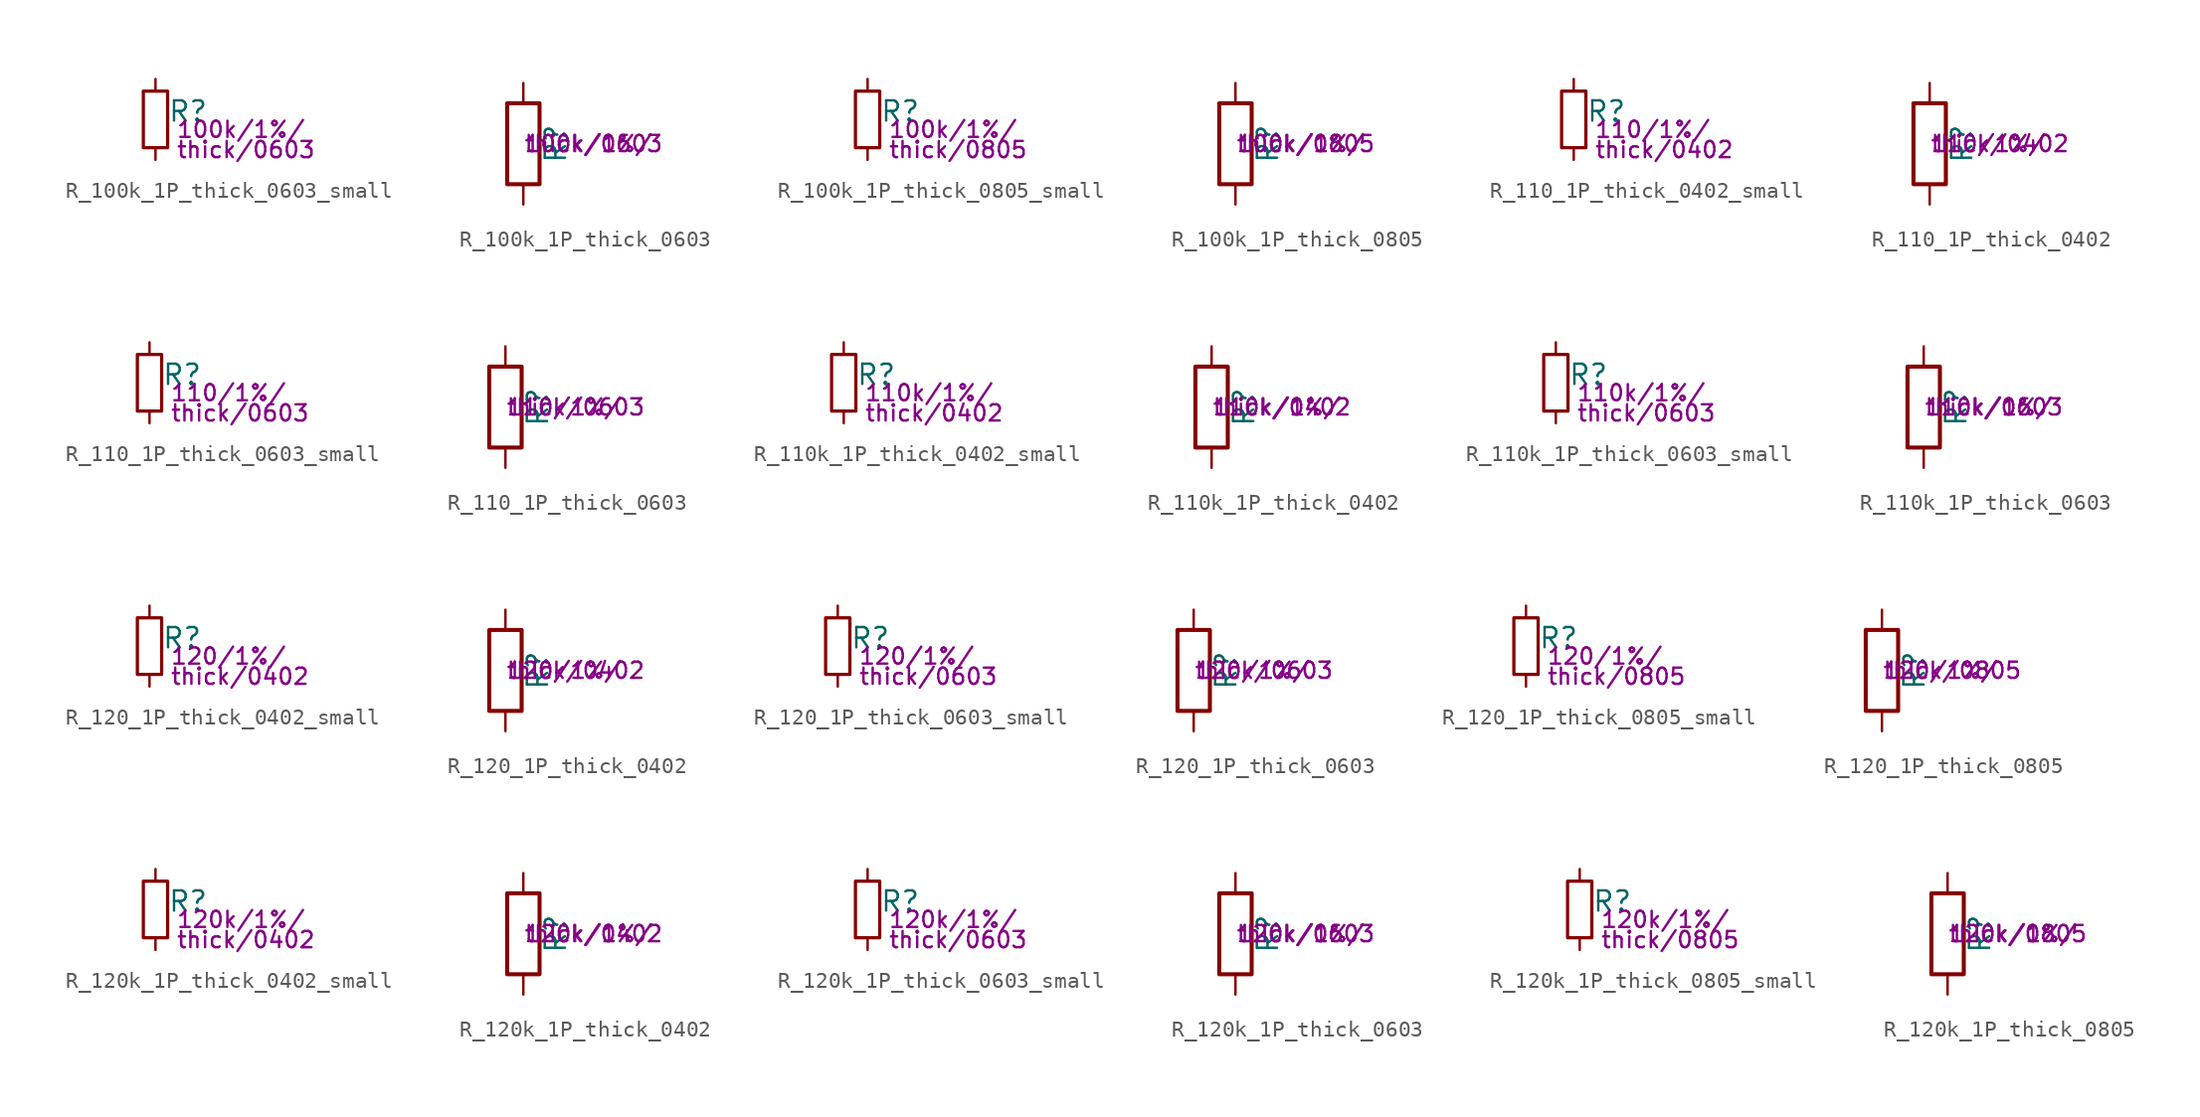
<source format=kicad_sym>
(kicad_symbol_lib
  (version 20211014)
  (generator kicad_symbol_editor)
  (symbol "R_100k_1P_thick_0603_small"
    (pin_numbers hide)
    (pin_names
      (offset 0.254) hide)
    (property "Reference" "R"
      (at 0.762 0.508 0)
      (effects (font (size 1.27 1.27)) (justify left)))
    (property "Params" "100k/1%/"
      (at 1.27 -0.635 0)
      (effects (font (size 1.016 1.016)) (justify left)))
    (property "Params2" "thick/0603"
      (at 1.27 -1.905 0)
      (effects (font (size 1.016 1.016)) (justify left)))
    (symbol "R_100k_1P_thick_0603_small_0_1"
      (rectangle (start -0.762 1.778) (end 0.762 -1.778) (stroke (width 0.203) (type default) (color 0 0 0 0)) (fill (type none))))
    (symbol "R_100k_1P_thick_0603_small_1_1"
      (pin passive line (at 0 2.54 270) (length 0.762) (name "~" (effects (font (size 1.27 1.27)))) (number "1" (effects (font (size 1.27 1.27)))))
      (pin passive line (at 0 -2.54 90) (length 0.762) (name "~" (effects (font (size 1.27 1.27)))) (number "2" (effects (font (size 1.27 1.27)))))))
  (symbol "R_100k_1P_thick_0603"
    (pin_numbers hide)
    (pin_names
      (offset 0))
    (property "Reference" "R"
      (at 2.032 0 90)
      (effects (font (size 1.27 1.27))))
    (property "Params" "100k/1%/"
      (at 0 0 0)
      (effects (font (size 1.016 1.016)) (justify left)))
    (property "Params2" "thick/0603"
      (at 0 0 0)
      (effects (font (size 1.016 1.016)) (justify left)))
    (symbol "R_100k_1P_thick_0603_0_1"
      (rectangle (start -1.016 -2.54) (end 1.016 2.54) (stroke (width 0.254) (type default) (color 0 0 0 0)) (fill (type none))))
    (symbol "R_100k_1P_thick_0603_1_1"
      (pin passive line (at 0 3.81 270) (length 1.27) (name "~" (effects (font (size 1.27 1.27)))) (number "1" (effects (font (size 1.27 1.27)))))
      (pin passive line (at 0 -3.81 90) (length 1.27) (name "~" (effects (font (size 1.27 1.27)))) (number "2" (effects (font (size 1.27 1.27)))))))
  (symbol "R_100k_1P_thick_0805_small"
    (pin_numbers hide)
    (pin_names
      (offset 0.254) hide)
    (property "Reference" "R"
      (at 0.762 0.508 0)
      (effects (font (size 1.27 1.27)) (justify left)))
    (property "Params" "100k/1%/"
      (at 1.27 -0.635 0)
      (effects (font (size 1.016 1.016)) (justify left)))
    (property "Params2" "thick/0805"
      (at 1.27 -1.905 0)
      (effects (font (size 1.016 1.016)) (justify left)))
    (symbol "R_100k_1P_thick_0805_small_0_1"
      (rectangle (start -0.762 1.778) (end 0.762 -1.778) (stroke (width 0.203) (type default) (color 0 0 0 0)) (fill (type none))))
    (symbol "R_100k_1P_thick_0805_small_1_1"
      (pin passive line (at 0 2.54 270) (length 0.762) (name "~" (effects (font (size 1.27 1.27)))) (number "1" (effects (font (size 1.27 1.27)))))
      (pin passive line (at 0 -2.54 90) (length 0.762) (name "~" (effects (font (size 1.27 1.27)))) (number "2" (effects (font (size 1.27 1.27)))))))
  (symbol "R_100k_1P_thick_0805"
    (pin_numbers hide)
    (pin_names
      (offset 0))
    (property "Reference" "R"
      (at 2.032 0 90)
      (effects (font (size 1.27 1.27))))
    (property "Params" "100k/1%/"
      (at 0 0 0)
      (effects (font (size 1.016 1.016)) (justify left)))
    (property "Params2" "thick/0805"
      (at 0 0 0)
      (effects (font (size 1.016 1.016)) (justify left)))
    (symbol "R_100k_1P_thick_0805_0_1"
      (rectangle (start -1.016 -2.54) (end 1.016 2.54) (stroke (width 0.254) (type default) (color 0 0 0 0)) (fill (type none))))
    (symbol "R_100k_1P_thick_0805_1_1"
      (pin passive line (at 0 3.81 270) (length 1.27) (name "~" (effects (font (size 1.27 1.27)))) (number "1" (effects (font (size 1.27 1.27)))))
      (pin passive line (at 0 -3.81 90) (length 1.27) (name "~" (effects (font (size 1.27 1.27)))) (number "2" (effects (font (size 1.27 1.27)))))))
  (symbol "R_110_1P_thick_0402_small"
    (pin_numbers hide)
    (pin_names
      (offset 0.254) hide)
    (property "Reference" "R"
      (at 0.762 0.508 0)
      (effects (font (size 1.27 1.27)) (justify left)))
    (property "Params" "110/1%/"
      (at 1.27 -0.635 0)
      (effects (font (size 1.016 1.016)) (justify left)))
    (property "Params2" "thick/0402"
      (at 1.27 -1.905 0)
      (effects (font (size 1.016 1.016)) (justify left)))
    (symbol "R_110_1P_thick_0402_small_0_1"
      (rectangle (start -0.762 1.778) (end 0.762 -1.778) (stroke (width 0.203) (type default) (color 0 0 0 0)) (fill (type none))))
    (symbol "R_110_1P_thick_0402_small_1_1"
      (pin passive line (at 0 2.54 270) (length 0.762) (name "~" (effects (font (size 1.27 1.27)))) (number "1" (effects (font (size 1.27 1.27)))))
      (pin passive line (at 0 -2.54 90) (length 0.762) (name "~" (effects (font (size 1.27 1.27)))) (number "2" (effects (font (size 1.27 1.27)))))))
  (symbol "R_110_1P_thick_0402"
    (pin_numbers hide)
    (pin_names
      (offset 0))
    (property "Reference" "R"
      (at 2.032 0 90)
      (effects (font (size 1.27 1.27))))
    (property "Params" "110/1%/"
      (at 0 0 0)
      (effects (font (size 1.016 1.016)) (justify left)))
    (property "Params2" "thick/0402"
      (at 0 0 0)
      (effects (font (size 1.016 1.016)) (justify left)))
    (symbol "R_110_1P_thick_0402_0_1"
      (rectangle (start -1.016 -2.54) (end 1.016 2.54) (stroke (width 0.254) (type default) (color 0 0 0 0)) (fill (type none))))
    (symbol "R_110_1P_thick_0402_1_1"
      (pin passive line (at 0 3.81 270) (length 1.27) (name "~" (effects (font (size 1.27 1.27)))) (number "1" (effects (font (size 1.27 1.27)))))
      (pin passive line (at 0 -3.81 90) (length 1.27) (name "~" (effects (font (size 1.27 1.27)))) (number "2" (effects (font (size 1.27 1.27)))))))
  (symbol "R_110_1P_thick_0603_small"
    (pin_numbers hide)
    (pin_names
      (offset 0.254) hide)
    (property "Reference" "R"
      (at 0.762 0.508 0)
      (effects (font (size 1.27 1.27)) (justify left)))
    (property "Params" "110/1%/"
      (at 1.27 -0.635 0)
      (effects (font (size 1.016 1.016)) (justify left)))
    (property "Params2" "thick/0603"
      (at 1.27 -1.905 0)
      (effects (font (size 1.016 1.016)) (justify left)))
    (symbol "R_110_1P_thick_0603_small_0_1"
      (rectangle (start -0.762 1.778) (end 0.762 -1.778) (stroke (width 0.203) (type default) (color 0 0 0 0)) (fill (type none))))
    (symbol "R_110_1P_thick_0603_small_1_1"
      (pin passive line (at 0 2.54 270) (length 0.762) (name "~" (effects (font (size 1.27 1.27)))) (number "1" (effects (font (size 1.27 1.27)))))
      (pin passive line (at 0 -2.54 90) (length 0.762) (name "~" (effects (font (size 1.27 1.27)))) (number "2" (effects (font (size 1.27 1.27)))))))
  (symbol "R_110_1P_thick_0603"
    (pin_numbers hide)
    (pin_names
      (offset 0))
    (property "Reference" "R"
      (at 2.032 0 90)
      (effects (font (size 1.27 1.27))))
    (property "Params" "110/1%/"
      (at 0 0 0)
      (effects (font (size 1.016 1.016)) (justify left)))
    (property "Params2" "thick/0603"
      (at 0 0 0)
      (effects (font (size 1.016 1.016)) (justify left)))
    (symbol "R_110_1P_thick_0603_0_1"
      (rectangle (start -1.016 -2.54) (end 1.016 2.54) (stroke (width 0.254) (type default) (color 0 0 0 0)) (fill (type none))))
    (symbol "R_110_1P_thick_0603_1_1"
      (pin passive line (at 0 3.81 270) (length 1.27) (name "~" (effects (font (size 1.27 1.27)))) (number "1" (effects (font (size 1.27 1.27)))))
      (pin passive line (at 0 -3.81 90) (length 1.27) (name "~" (effects (font (size 1.27 1.27)))) (number "2" (effects (font (size 1.27 1.27)))))))
  (symbol "R_110k_1P_thick_0402_small"
    (pin_numbers hide)
    (pin_names
      (offset 0.254) hide)
    (property "Reference" "R"
      (at 0.762 0.508 0)
      (effects (font (size 1.27 1.27)) (justify left)))
    (property "Params" "110k/1%/"
      (at 1.27 -0.635 0)
      (effects (font (size 1.016 1.016)) (justify left)))
    (property "Params2" "thick/0402"
      (at 1.27 -1.905 0)
      (effects (font (size 1.016 1.016)) (justify left)))
    (symbol "R_110k_1P_thick_0402_small_0_1"
      (rectangle (start -0.762 1.778) (end 0.762 -1.778) (stroke (width 0.203) (type default) (color 0 0 0 0)) (fill (type none))))
    (symbol "R_110k_1P_thick_0402_small_1_1"
      (pin passive line (at 0 2.54 270) (length 0.762) (name "~" (effects (font (size 1.27 1.27)))) (number "1" (effects (font (size 1.27 1.27)))))
      (pin passive line (at 0 -2.54 90) (length 0.762) (name "~" (effects (font (size 1.27 1.27)))) (number "2" (effects (font (size 1.27 1.27)))))))
  (symbol "R_110k_1P_thick_0402"
    (pin_numbers hide)
    (pin_names
      (offset 0))
    (property "Reference" "R"
      (at 2.032 0 90)
      (effects (font (size 1.27 1.27))))
    (property "Params" "110k/1%/"
      (at 0 0 0)
      (effects (font (size 1.016 1.016)) (justify left)))
    (property "Params2" "thick/0402"
      (at 0 0 0)
      (effects (font (size 1.016 1.016)) (justify left)))
    (symbol "R_110k_1P_thick_0402_0_1"
      (rectangle (start -1.016 -2.54) (end 1.016 2.54) (stroke (width 0.254) (type default) (color 0 0 0 0)) (fill (type none))))
    (symbol "R_110k_1P_thick_0402_1_1"
      (pin passive line (at 0 3.81 270) (length 1.27) (name "~" (effects (font (size 1.27 1.27)))) (number "1" (effects (font (size 1.27 1.27)))))
      (pin passive line (at 0 -3.81 90) (length 1.27) (name "~" (effects (font (size 1.27 1.27)))) (number "2" (effects (font (size 1.27 1.27)))))))
  (symbol "R_110k_1P_thick_0603_small"
    (pin_numbers hide)
    (pin_names
      (offset 0.254) hide)
    (property "Reference" "R"
      (at 0.762 0.508 0)
      (effects (font (size 1.27 1.27)) (justify left)))
    (property "Params" "110k/1%/"
      (at 1.27 -0.635 0)
      (effects (font (size 1.016 1.016)) (justify left)))
    (property "Params2" "thick/0603"
      (at 1.27 -1.905 0)
      (effects (font (size 1.016 1.016)) (justify left)))
    (symbol "R_110k_1P_thick_0603_small_0_1"
      (rectangle (start -0.762 1.778) (end 0.762 -1.778) (stroke (width 0.203) (type default) (color 0 0 0 0)) (fill (type none))))
    (symbol "R_110k_1P_thick_0603_small_1_1"
      (pin passive line (at 0 2.54 270) (length 0.762) (name "~" (effects (font (size 1.27 1.27)))) (number "1" (effects (font (size 1.27 1.27)))))
      (pin passive line (at 0 -2.54 90) (length 0.762) (name "~" (effects (font (size 1.27 1.27)))) (number "2" (effects (font (size 1.27 1.27)))))))
  (symbol "R_110k_1P_thick_0603"
    (pin_numbers hide)
    (pin_names
      (offset 0))
    (property "Reference" "R"
      (at 2.032 0 90)
      (effects (font (size 1.27 1.27))))
    (property "Params" "110k/1%/"
      (at 0 0 0)
      (effects (font (size 1.016 1.016)) (justify left)))
    (property "Params2" "thick/0603"
      (at 0 0 0)
      (effects (font (size 1.016 1.016)) (justify left)))
    (symbol "R_110k_1P_thick_0603_0_1"
      (rectangle (start -1.016 -2.54) (end 1.016 2.54) (stroke (width 0.254) (type default) (color 0 0 0 0)) (fill (type none))))
    (symbol "R_110k_1P_thick_0603_1_1"
      (pin passive line (at 0 3.81 270) (length 1.27) (name "~" (effects (font (size 1.27 1.27)))) (number "1" (effects (font (size 1.27 1.27)))))
      (pin passive line (at 0 -3.81 90) (length 1.27) (name "~" (effects (font (size 1.27 1.27)))) (number "2" (effects (font (size 1.27 1.27)))))))
  (symbol "R_120_1P_thick_0402_small"
    (pin_numbers hide)
    (pin_names
      (offset 0.254) hide)
    (property "Reference" "R"
      (at 0.762 0.508 0)
      (effects (font (size 1.27 1.27)) (justify left)))
    (property "Params" "120/1%/"
      (at 1.27 -0.635 0)
      (effects (font (size 1.016 1.016)) (justify left)))
    (property "Params2" "thick/0402"
      (at 1.27 -1.905 0)
      (effects (font (size 1.016 1.016)) (justify left)))
    (symbol "R_120_1P_thick_0402_small_0_1"
      (rectangle (start -0.762 1.778) (end 0.762 -1.778) (stroke (width 0.203) (type default) (color 0 0 0 0)) (fill (type none))))
    (symbol "R_120_1P_thick_0402_small_1_1"
      (pin passive line (at 0 2.54 270) (length 0.762) (name "~" (effects (font (size 1.27 1.27)))) (number "1" (effects (font (size 1.27 1.27)))))
      (pin passive line (at 0 -2.54 90) (length 0.762) (name "~" (effects (font (size 1.27 1.27)))) (number "2" (effects (font (size 1.27 1.27)))))))
  (symbol "R_120_1P_thick_0402"
    (pin_numbers hide)
    (pin_names
      (offset 0))
    (property "Reference" "R"
      (at 2.032 0 90)
      (effects (font (size 1.27 1.27))))
    (property "Params" "120/1%/"
      (at 0 0 0)
      (effects (font (size 1.016 1.016)) (justify left)))
    (property "Params2" "thick/0402"
      (at 0 0 0)
      (effects (font (size 1.016 1.016)) (justify left)))
    (symbol "R_120_1P_thick_0402_0_1"
      (rectangle (start -1.016 -2.54) (end 1.016 2.54) (stroke (width 0.254) (type default) (color 0 0 0 0)) (fill (type none))))
    (symbol "R_120_1P_thick_0402_1_1"
      (pin passive line (at 0 3.81 270) (length 1.27) (name "~" (effects (font (size 1.27 1.27)))) (number "1" (effects (font (size 1.27 1.27)))))
      (pin passive line (at 0 -3.81 90) (length 1.27) (name "~" (effects (font (size 1.27 1.27)))) (number "2" (effects (font (size 1.27 1.27)))))))
  (symbol "R_120_1P_thick_0603_small"
    (pin_numbers hide)
    (pin_names
      (offset 0.254) hide)
    (property "Reference" "R"
      (at 0.762 0.508 0)
      (effects (font (size 1.27 1.27)) (justify left)))
    (property "Params" "120/1%/"
      (at 1.27 -0.635 0)
      (effects (font (size 1.016 1.016)) (justify left)))
    (property "Params2" "thick/0603"
      (at 1.27 -1.905 0)
      (effects (font (size 1.016 1.016)) (justify left)))
    (symbol "R_120_1P_thick_0603_small_0_1"
      (rectangle (start -0.762 1.778) (end 0.762 -1.778) (stroke (width 0.203) (type default) (color 0 0 0 0)) (fill (type none))))
    (symbol "R_120_1P_thick_0603_small_1_1"
      (pin passive line (at 0 2.54 270) (length 0.762) (name "~" (effects (font (size 1.27 1.27)))) (number "1" (effects (font (size 1.27 1.27)))))
      (pin passive line (at 0 -2.54 90) (length 0.762) (name "~" (effects (font (size 1.27 1.27)))) (number "2" (effects (font (size 1.27 1.27)))))))
  (symbol "R_120_1P_thick_0603"
    (pin_numbers hide)
    (pin_names
      (offset 0))
    (property "Reference" "R"
      (at 2.032 0 90)
      (effects (font (size 1.27 1.27))))
    (property "Params" "120/1%/"
      (at 0 0 0)
      (effects (font (size 1.016 1.016)) (justify left)))
    (property "Params2" "thick/0603"
      (at 0 0 0)
      (effects (font (size 1.016 1.016)) (justify left)))
    (symbol "R_120_1P_thick_0603_0_1"
      (rectangle (start -1.016 -2.54) (end 1.016 2.54) (stroke (width 0.254) (type default) (color 0 0 0 0)) (fill (type none))))
    (symbol "R_120_1P_thick_0603_1_1"
      (pin passive line (at 0 3.81 270) (length 1.27) (name "~" (effects (font (size 1.27 1.27)))) (number "1" (effects (font (size 1.27 1.27)))))
      (pin passive line (at 0 -3.81 90) (length 1.27) (name "~" (effects (font (size 1.27 1.27)))) (number "2" (effects (font (size 1.27 1.27)))))))
  (symbol "R_120_1P_thick_0805_small"
    (pin_numbers hide)
    (pin_names
      (offset 0.254) hide)
    (property "Reference" "R"
      (at 0.762 0.508 0)
      (effects (font (size 1.27 1.27)) (justify left)))
    (property "Params" "120/1%/"
      (at 1.27 -0.635 0)
      (effects (font (size 1.016 1.016)) (justify left)))
    (property "Params2" "thick/0805"
      (at 1.27 -1.905 0)
      (effects (font (size 1.016 1.016)) (justify left)))
    (symbol "R_120_1P_thick_0805_small_0_1"
      (rectangle (start -0.762 1.778) (end 0.762 -1.778) (stroke (width 0.203) (type default) (color 0 0 0 0)) (fill (type none))))
    (symbol "R_120_1P_thick_0805_small_1_1"
      (pin passive line (at 0 2.54 270) (length 0.762) (name "~" (effects (font (size 1.27 1.27)))) (number "1" (effects (font (size 1.27 1.27)))))
      (pin passive line (at 0 -2.54 90) (length 0.762) (name "~" (effects (font (size 1.27 1.27)))) (number "2" (effects (font (size 1.27 1.27)))))))
  (symbol "R_120_1P_thick_0805"
    (pin_numbers hide)
    (pin_names
      (offset 0))
    (property "Reference" "R"
      (at 2.032 0 90)
      (effects (font (size 1.27 1.27))))
    (property "Params" "120/1%/"
      (at 0 0 0)
      (effects (font (size 1.016 1.016)) (justify left)))
    (property "Params2" "thick/0805"
      (at 0 0 0)
      (effects (font (size 1.016 1.016)) (justify left)))
    (symbol "R_120_1P_thick_0805_0_1"
      (rectangle (start -1.016 -2.54) (end 1.016 2.54) (stroke (width 0.254) (type default) (color 0 0 0 0)) (fill (type none))))
    (symbol "R_120_1P_thick_0805_1_1"
      (pin passive line (at 0 3.81 270) (length 1.27) (name "~" (effects (font (size 1.27 1.27)))) (number "1" (effects (font (size 1.27 1.27)))))
      (pin passive line (at 0 -3.81 90) (length 1.27) (name "~" (effects (font (size 1.27 1.27)))) (number "2" (effects (font (size 1.27 1.27)))))))
  (symbol "R_120k_1P_thick_0402_small"
    (pin_numbers hide)
    (pin_names
      (offset 0.254) hide)
    (property "Reference" "R"
      (at 0.762 0.508 0)
      (effects (font (size 1.27 1.27)) (justify left)))
    (property "Params" "120k/1%/"
      (at 1.27 -0.635 0)
      (effects (font (size 1.016 1.016)) (justify left)))
    (property "Params2" "thick/0402"
      (at 1.27 -1.905 0)
      (effects (font (size 1.016 1.016)) (justify left)))
    (symbol "R_120k_1P_thick_0402_small_0_1"
      (rectangle (start -0.762 1.778) (end 0.762 -1.778) (stroke (width 0.203) (type default) (color 0 0 0 0)) (fill (type none))))
    (symbol "R_120k_1P_thick_0402_small_1_1"
      (pin passive line (at 0 2.54 270) (length 0.762) (name "~" (effects (font (size 1.27 1.27)))) (number "1" (effects (font (size 1.27 1.27)))))
      (pin passive line (at 0 -2.54 90) (length 0.762) (name "~" (effects (font (size 1.27 1.27)))) (number "2" (effects (font (size 1.27 1.27)))))))
  (symbol "R_120k_1P_thick_0402"
    (pin_numbers hide)
    (pin_names
      (offset 0))
    (property "Reference" "R"
      (at 2.032 0 90)
      (effects (font (size 1.27 1.27))))
    (property "Params" "120k/1%/"
      (at 0 0 0)
      (effects (font (size 1.016 1.016)) (justify left)))
    (property "Params2" "thick/0402"
      (at 0 0 0)
      (effects (font (size 1.016 1.016)) (justify left)))
    (symbol "R_120k_1P_thick_0402_0_1"
      (rectangle (start -1.016 -2.54) (end 1.016 2.54) (stroke (width 0.254) (type default) (color 0 0 0 0)) (fill (type none))))
    (symbol "R_120k_1P_thick_0402_1_1"
      (pin passive line (at 0 3.81 270) (length 1.27) (name "~" (effects (font (size 1.27 1.27)))) (number "1" (effects (font (size 1.27 1.27)))))
      (pin passive line (at 0 -3.81 90) (length 1.27) (name "~" (effects (font (size 1.27 1.27)))) (number "2" (effects (font (size 1.27 1.27)))))))
  (symbol "R_120k_1P_thick_0603_small"
    (pin_numbers hide)
    (pin_names
      (offset 0.254) hide)
    (property "Reference" "R"
      (at 0.762 0.508 0)
      (effects (font (size 1.27 1.27)) (justify left)))
    (property "Params" "120k/1%/"
      (at 1.27 -0.635 0)
      (effects (font (size 1.016 1.016)) (justify left)))
    (property "Params2" "thick/0603"
      (at 1.27 -1.905 0)
      (effects (font (size 1.016 1.016)) (justify left)))
    (symbol "R_120k_1P_thick_0603_small_0_1"
      (rectangle (start -0.762 1.778) (end 0.762 -1.778) (stroke (width 0.203) (type default) (color 0 0 0 0)) (fill (type none))))
    (symbol "R_120k_1P_thick_0603_small_1_1"
      (pin passive line (at 0 2.54 270) (length 0.762) (name "~" (effects (font (size 1.27 1.27)))) (number "1" (effects (font (size 1.27 1.27)))))
      (pin passive line (at 0 -2.54 90) (length 0.762) (name "~" (effects (font (size 1.27 1.27)))) (number "2" (effects (font (size 1.27 1.27)))))))
  (symbol "R_120k_1P_thick_0603"
    (pin_numbers hide)
    (pin_names
      (offset 0))
    (property "Reference" "R"
      (at 2.032 0 90)
      (effects (font (size 1.27 1.27))))
    (property "Params" "120k/1%/"
      (at 0 0 0)
      (effects (font (size 1.016 1.016)) (justify left)))
    (property "Params2" "thick/0603"
      (at 0 0 0)
      (effects (font (size 1.016 1.016)) (justify left)))
    (symbol "R_120k_1P_thick_0603_0_1"
      (rectangle (start -1.016 -2.54) (end 1.016 2.54) (stroke (width 0.254) (type default) (color 0 0 0 0)) (fill (type none))))
    (symbol "R_120k_1P_thick_0603_1_1"
      (pin passive line (at 0 3.81 270) (length 1.27) (name "~" (effects (font (size 1.27 1.27)))) (number "1" (effects (font (size 1.27 1.27)))))
      (pin passive line (at 0 -3.81 90) (length 1.27) (name "~" (effects (font (size 1.27 1.27)))) (number "2" (effects (font (size 1.27 1.27)))))))
  (symbol "R_120k_1P_thick_0805_small"
    (pin_numbers hide)
    (pin_names
      (offset 0.254) hide)
    (property "Reference" "R"
      (at 0.762 0.508 0)
      (effects (font (size 1.27 1.27)) (justify left)))
    (property "Params" "120k/1%/"
      (at 1.27 -0.635 0)
      (effects (font (size 1.016 1.016)) (justify left)))
    (property "Params2" "thick/0805"
      (at 1.27 -1.905 0)
      (effects (font (size 1.016 1.016)) (justify left)))
    (symbol "R_120k_1P_thick_0805_small_0_1"
      (rectangle (start -0.762 1.778) (end 0.762 -1.778) (stroke (width 0.203) (type default) (color 0 0 0 0)) (fill (type none))))
    (symbol "R_120k_1P_thick_0805_small_1_1"
      (pin passive line (at 0 2.54 270) (length 0.762) (name "~" (effects (font (size 1.27 1.27)))) (number "1" (effects (font (size 1.27 1.27)))))
      (pin passive line (at 0 -2.54 90) (length 0.762) (name "~" (effects (font (size 1.27 1.27)))) (number "2" (effects (font (size 1.27 1.27)))))))
  (symbol "R_120k_1P_thick_0805"
    (pin_numbers hide)
    (pin_names
      (offset 0))
    (property "Reference" "R"
      (at 2.032 0 90)
      (effects (font (size 1.27 1.27))))
    (property "Params" "120k/1%/"
      (at 0 0 0)
      (effects (font (size 1.016 1.016)) (justify left)))
    (property "Params2" "thick/0805"
      (at 0 0 0)
      (effects (font (size 1.016 1.016)) (justify left)))
    (symbol "R_120k_1P_thick_0805_0_1"
      (rectangle (start -1.016 -2.54) (end 1.016 2.54) (stroke (width 0.254) (type default) (color 0 0 0 0)) (fill (type none))))
    (symbol "R_120k_1P_thick_0805_1_1"
      (pin passive line (at 0 3.81 270) (length 1.27) (name "~" (effects (font (size 1.27 1.27)))) (number "1" (effects (font (size 1.27 1.27)))))
      (pin passive line (at 0 -3.81 90) (length 1.27) (name "~" (effects (font (size 1.27 1.27)))) (number "2" (effects (font (size 1.27 1.27))))))))
</source>
